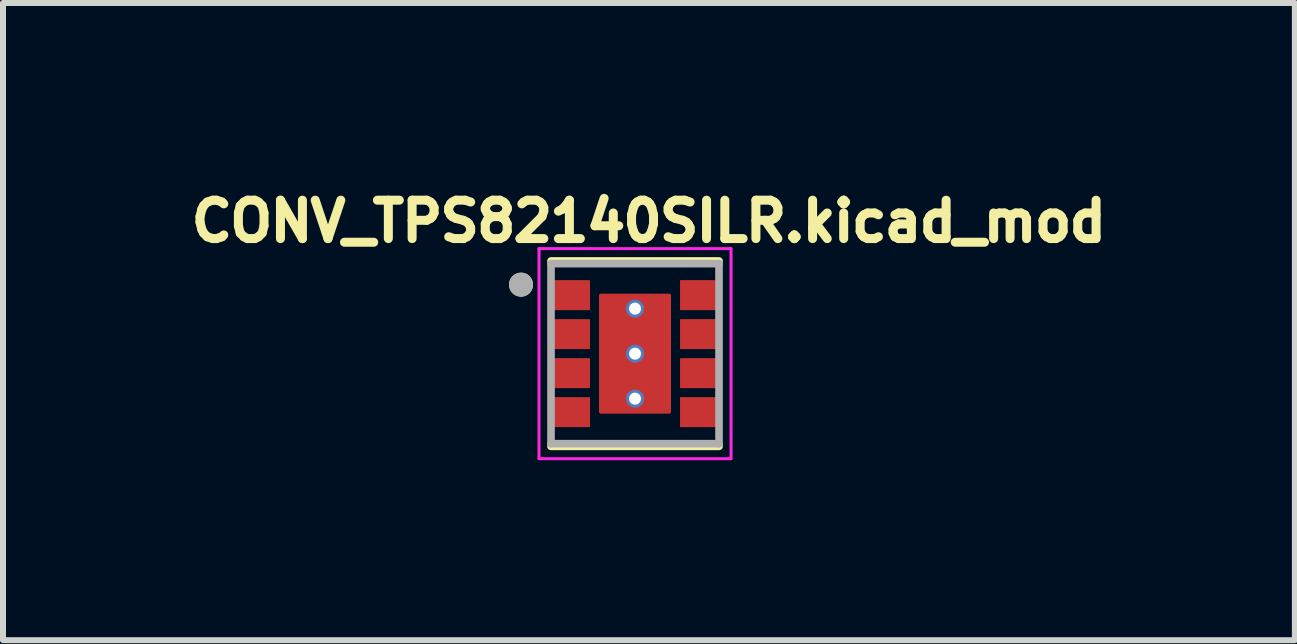
<source format=kicad_pcb>
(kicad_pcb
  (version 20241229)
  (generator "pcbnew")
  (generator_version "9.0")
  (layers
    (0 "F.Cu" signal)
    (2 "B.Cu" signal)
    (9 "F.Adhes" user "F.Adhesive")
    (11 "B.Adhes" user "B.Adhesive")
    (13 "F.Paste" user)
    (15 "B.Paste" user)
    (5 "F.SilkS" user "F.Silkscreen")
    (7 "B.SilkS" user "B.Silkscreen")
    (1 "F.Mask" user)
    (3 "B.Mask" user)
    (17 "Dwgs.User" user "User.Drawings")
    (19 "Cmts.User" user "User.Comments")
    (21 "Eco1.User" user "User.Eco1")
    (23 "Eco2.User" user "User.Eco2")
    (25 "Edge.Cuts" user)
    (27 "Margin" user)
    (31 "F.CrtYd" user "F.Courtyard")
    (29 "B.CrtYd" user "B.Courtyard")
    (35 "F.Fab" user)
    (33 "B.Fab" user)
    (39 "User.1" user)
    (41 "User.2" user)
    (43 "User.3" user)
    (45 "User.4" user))
  (footprint "CONV_TPS82140SILR.kicad_mod"
    (layer "F.Cu")
    (at 7.533 2.844)
    (property "Reference" "CONV_TPS82140SILR.kicad_mod" (at 0.232 -2.206 0) (layer "F.SilkS") (effects (font (size 0.64 0.64) (thickness 0.15))))
    (attr smd)
    (fp_poly (pts (xy -0.55 -0.95) (xy 0.55 -0.95) (xy 0.55 0.95) (xy -0.55 0.95)) (stroke (width 0.01) (type solid)) (fill yes) (layer "F.Mask"))
    (fp_poly (pts (xy -0.85 -0.775) (xy -1.25 -0.775) (xy -1.253 -0.775) (xy -1.255 -0.775) (xy -1.258 -0.776) (xy -1.26 -0.776) (xy -1.263 -0.777) (xy -1.265 -0.777) (xy -1.268 -0.778) (xy -1.27 -0.779) (xy -1.273 -0.78) (xy -1.275 -0.782) (xy -1.277 -0.783) (xy -1.279 -0.785) (xy -1.281 -0.786) (xy -1.283 -0.788) (xy -1.285 -0.79) (xy -1.287 -0.792) (xy -1.289 -0.794) (xy -1.29 -0.796) (xy -1.292 -0.798) (xy -1.293 -0.8) (xy -1.295 -0.802) (xy -1.296 -0.805) (xy -1.297 -0.807) (xy -1.298 -0.81) (xy -1.298 -0.812) (xy -1.299 -0.815) (xy -1.299 -0.817) (xy -1.3 -0.82) (xy -1.3 -0.822) (xy -1.3 -0.825) (xy -1.3 -1.125) (xy -1.3 -1.128) (xy -1.3 -1.13) (xy -1.299 -1.133) (xy -1.299 -1.135) (xy -1.298 -1.138) (xy -1.298 -1.14) (xy -1.297 -1.143) (xy -1.296 -1.145) (xy -1.295 -1.148) (xy -1.293 -1.15) (xy -1.292 -1.152) (xy -1.29 -1.154) (xy -1.289 -1.156) (xy -1.287 -1.158) (xy -1.285 -1.16) (xy -1.283 -1.162) (xy -1.281 -1.164) (xy -1.279 -1.165) (xy -1.277 -1.167) (xy -1.275 -1.168) (xy -1.273 -1.17) (xy -1.27 -1.171) (xy -1.268 -1.172) (xy -1.265 -1.173) (xy -1.263 -1.173) (xy -1.26 -1.174) (xy -1.258 -1.174) (xy -1.255 -1.175) (xy -1.253 -1.175) (xy -1.25 -1.175) (xy -0.85 -1.175) (xy -0.847 -1.175) (xy -0.845 -1.175) (xy -0.842 -1.174) (xy -0.84 -1.174) (xy -0.837 -1.173) (xy -0.835 -1.173) (xy -0.832 -1.172) (xy -0.83 -1.171) (xy -0.827 -1.17) (xy -0.825 -1.168) (xy -0.823 -1.167) (xy -0.821 -1.165) (xy -0.819 -1.164) (xy -0.817 -1.162) (xy -0.815 -1.16) (xy -0.813 -1.158) (xy -0.811 -1.156) (xy -0.81 -1.154) (xy -0.808 -1.152) (xy -0.807 -1.15) (xy -0.805 -1.148) (xy -0.804 -1.145) (xy -0.803 -1.143) (xy -0.802 -1.14) (xy -0.802 -1.138) (xy -0.801 -1.135) (xy -0.801 -1.133) (xy -0.8 -1.13) (xy -0.8 -1.128) (xy -0.8 -1.125) (xy -0.8 -0.825) (xy -0.8 -0.822) (xy -0.8 -0.82) (xy -0.801 -0.817) (xy -0.801 -0.815) (xy -0.802 -0.812) (xy -0.802 -0.81) (xy -0.803 -0.807) (xy -0.804 -0.805) (xy -0.805 -0.802) (xy -0.807 -0.8) (xy -0.808 -0.798) (xy -0.81 -0.796) (xy -0.811 -0.794) (xy -0.813 -0.792) (xy -0.815 -0.79) (xy -0.817 -0.788) (xy -0.819 -0.786) (xy -0.821 -0.785) (xy -0.823 -0.783) (xy -0.825 -0.782) (xy -0.827 -0.78) (xy -0.83 -0.779) (xy -0.832 -0.778) (xy -0.835 -0.777) (xy -0.837 -0.777) (xy -0.84 -0.776) (xy -0.842 -0.776) (xy -0.845 -0.775) (xy -0.847 -0.775) (xy -0.85 -0.775)) (stroke (width 0.01) (type solid)) (fill yes) (layer "F.Mask"))
    (fp_poly (pts (xy -0.85 -0.125) (xy -1.25 -0.125) (xy -1.253 -0.125) (xy -1.255 -0.125) (xy -1.258 -0.126) (xy -1.26 -0.126) (xy -1.263 -0.127) (xy -1.265 -0.127) (xy -1.268 -0.128) (xy -1.27 -0.129) (xy -1.273 -0.13) (xy -1.275 -0.132) (xy -1.277 -0.133) (xy -1.279 -0.135) (xy -1.281 -0.136) (xy -1.283 -0.138) (xy -1.285 -0.14) (xy -1.287 -0.142) (xy -1.289 -0.144) (xy -1.29 -0.146) (xy -1.292 -0.148) (xy -1.293 -0.15) (xy -1.295 -0.152) (xy -1.296 -0.155) (xy -1.297 -0.157) (xy -1.298 -0.16) (xy -1.298 -0.162) (xy -1.299 -0.165) (xy -1.299 -0.167) (xy -1.3 -0.17) (xy -1.3 -0.172) (xy -1.3 -0.175) (xy -1.3 -0.475) (xy -1.3 -0.478) (xy -1.3 -0.48) (xy -1.299 -0.483) (xy -1.299 -0.485) (xy -1.298 -0.488) (xy -1.298 -0.49) (xy -1.297 -0.493) (xy -1.296 -0.495) (xy -1.295 -0.498) (xy -1.293 -0.5) (xy -1.292 -0.502) (xy -1.29 -0.504) (xy -1.289 -0.506) (xy -1.287 -0.508) (xy -1.285 -0.51) (xy -1.283 -0.512) (xy -1.281 -0.514) (xy -1.279 -0.515) (xy -1.277 -0.517) (xy -1.275 -0.518) (xy -1.273 -0.52) (xy -1.27 -0.521) (xy -1.268 -0.522) (xy -1.265 -0.523) (xy -1.263 -0.523) (xy -1.26 -0.524) (xy -1.258 -0.524) (xy -1.255 -0.525) (xy -1.253 -0.525) (xy -1.25 -0.525) (xy -0.85 -0.525) (xy -0.847 -0.525) (xy -0.845 -0.525) (xy -0.842 -0.524) (xy -0.84 -0.524) (xy -0.837 -0.523) (xy -0.835 -0.523) (xy -0.832 -0.522) (xy -0.83 -0.521) (xy -0.827 -0.52) (xy -0.825 -0.518) (xy -0.823 -0.517) (xy -0.821 -0.515) (xy -0.819 -0.514) (xy -0.817 -0.512) (xy -0.815 -0.51) (xy -0.813 -0.508) (xy -0.811 -0.506) (xy -0.81 -0.504) (xy -0.808 -0.502) (xy -0.807 -0.5) (xy -0.805 -0.498) (xy -0.804 -0.495) (xy -0.803 -0.493) (xy -0.802 -0.49) (xy -0.802 -0.488) (xy -0.801 -0.485) (xy -0.801 -0.483) (xy -0.8 -0.48) (xy -0.8 -0.478) (xy -0.8 -0.475) (xy -0.8 -0.175) (xy -0.8 -0.172) (xy -0.8 -0.17) (xy -0.801 -0.167) (xy -0.801 -0.165) (xy -0.802 -0.162) (xy -0.802 -0.16) (xy -0.803 -0.157) (xy -0.804 -0.155) (xy -0.805 -0.152) (xy -0.807 -0.15) (xy -0.808 -0.148) (xy -0.81 -0.146) (xy -0.811 -0.144) (xy -0.813 -0.142) (xy -0.815 -0.14) (xy -0.817 -0.138) (xy -0.819 -0.136) (xy -0.821 -0.135) (xy -0.823 -0.133) (xy -0.825 -0.132) (xy -0.827 -0.13) (xy -0.83 -0.129) (xy -0.832 -0.128) (xy -0.835 -0.127) (xy -0.837 -0.127) (xy -0.84 -0.126) (xy -0.842 -0.126) (xy -0.845 -0.125) (xy -0.847 -0.125) (xy -0.85 -0.125)) (stroke (width 0.01) (type solid)) (fill yes) (layer "F.Mask"))
    (fp_poly (pts (xy -0.85 0.525) (xy -1.25 0.525) (xy -1.253 0.525) (xy -1.255 0.525) (xy -1.258 0.524) (xy -1.26 0.524) (xy -1.263 0.523) (xy -1.265 0.523) (xy -1.268 0.522) (xy -1.27 0.521) (xy -1.273 0.52) (xy -1.275 0.518) (xy -1.277 0.517) (xy -1.279 0.515) (xy -1.281 0.514) (xy -1.283 0.512) (xy -1.285 0.51) (xy -1.287 0.508) (xy -1.289 0.506) (xy -1.29 0.504) (xy -1.292 0.502) (xy -1.293 0.5) (xy -1.295 0.498) (xy -1.296 0.495) (xy -1.297 0.493) (xy -1.298 0.49) (xy -1.298 0.488) (xy -1.299 0.485) (xy -1.299 0.483) (xy -1.3 0.48) (xy -1.3 0.478) (xy -1.3 0.475) (xy -1.3 0.175) (xy -1.3 0.172) (xy -1.3 0.17) (xy -1.299 0.167) (xy -1.299 0.165) (xy -1.298 0.162) (xy -1.298 0.16) (xy -1.297 0.157) (xy -1.296 0.155) (xy -1.295 0.152) (xy -1.293 0.15) (xy -1.292 0.148) (xy -1.29 0.146) (xy -1.289 0.144) (xy -1.287 0.142) (xy -1.285 0.14) (xy -1.283 0.138) (xy -1.281 0.136) (xy -1.279 0.135) (xy -1.277 0.133) (xy -1.275 0.132) (xy -1.273 0.13) (xy -1.27 0.129) (xy -1.268 0.128) (xy -1.265 0.127) (xy -1.263 0.127) (xy -1.26 0.126) (xy -1.258 0.126) (xy -1.255 0.125) (xy -1.253 0.125) (xy -1.25 0.125) (xy -0.85 0.125) (xy -0.847 0.125) (xy -0.845 0.125) (xy -0.842 0.126) (xy -0.84 0.126) (xy -0.837 0.127) (xy -0.835 0.127) (xy -0.832 0.128) (xy -0.83 0.129) (xy -0.827 0.13) (xy -0.825 0.132) (xy -0.823 0.133) (xy -0.821 0.135) (xy -0.819 0.136) (xy -0.817 0.138) (xy -0.815 0.14) (xy -0.813 0.142) (xy -0.811 0.144) (xy -0.81 0.146) (xy -0.808 0.148) (xy -0.807 0.15) (xy -0.805 0.152) (xy -0.804 0.155) (xy -0.803 0.157) (xy -0.802 0.16) (xy -0.802 0.162) (xy -0.801 0.165) (xy -0.801 0.167) (xy -0.8 0.17) (xy -0.8 0.172) (xy -0.8 0.175) (xy -0.8 0.475) (xy -0.8 0.478) (xy -0.8 0.48) (xy -0.801 0.483) (xy -0.801 0.485) (xy -0.802 0.488) (xy -0.802 0.49) (xy -0.803 0.493) (xy -0.804 0.495) (xy -0.805 0.498) (xy -0.807 0.5) (xy -0.808 0.502) (xy -0.81 0.504) (xy -0.811 0.506) (xy -0.813 0.508) (xy -0.815 0.51) (xy -0.817 0.512) (xy -0.819 0.514) (xy -0.821 0.515) (xy -0.823 0.517) (xy -0.825 0.518) (xy -0.827 0.52) (xy -0.83 0.521) (xy -0.832 0.522) (xy -0.835 0.523) (xy -0.837 0.523) (xy -0.84 0.524) (xy -0.842 0.524) (xy -0.845 0.525) (xy -0.847 0.525) (xy -0.85 0.525)) (stroke (width 0.01) (type solid)) (fill yes) (layer "F.Mask"))
    (fp_poly (pts (xy -0.85 1.175) (xy -1.25 1.175) (xy -1.253 1.175) (xy -1.255 1.175) (xy -1.258 1.174) (xy -1.26 1.174) (xy -1.263 1.173) (xy -1.265 1.173) (xy -1.268 1.172) (xy -1.27 1.171) (xy -1.273 1.17) (xy -1.275 1.168) (xy -1.277 1.167) (xy -1.279 1.165) (xy -1.281 1.164) (xy -1.283 1.162) (xy -1.285 1.16) (xy -1.287 1.158) (xy -1.289 1.156) (xy -1.29 1.154) (xy -1.292 1.152) (xy -1.293 1.15) (xy -1.295 1.148) (xy -1.296 1.145) (xy -1.297 1.143) (xy -1.298 1.14) (xy -1.298 1.138) (xy -1.299 1.135) (xy -1.299 1.133) (xy -1.3 1.13) (xy -1.3 1.128) (xy -1.3 1.125) (xy -1.3 0.825) (xy -1.3 0.822) (xy -1.3 0.82) (xy -1.299 0.817) (xy -1.299 0.815) (xy -1.298 0.812) (xy -1.298 0.81) (xy -1.297 0.807) (xy -1.296 0.805) (xy -1.295 0.802) (xy -1.293 0.8) (xy -1.292 0.798) (xy -1.29 0.796) (xy -1.289 0.794) (xy -1.287 0.792) (xy -1.285 0.79) (xy -1.283 0.788) (xy -1.281 0.786) (xy -1.279 0.785) (xy -1.277 0.783) (xy -1.275 0.782) (xy -1.273 0.78) (xy -1.27 0.779) (xy -1.268 0.778) (xy -1.265 0.777) (xy -1.263 0.777) (xy -1.26 0.776) (xy -1.258 0.776) (xy -1.255 0.775) (xy -1.253 0.775) (xy -1.25 0.775) (xy -0.85 0.775) (xy -0.847 0.775) (xy -0.845 0.775) (xy -0.842 0.776) (xy -0.84 0.776) (xy -0.837 0.777) (xy -0.835 0.777) (xy -0.832 0.778) (xy -0.83 0.779) (xy -0.827 0.78) (xy -0.825 0.782) (xy -0.823 0.783) (xy -0.821 0.785) (xy -0.819 0.786) (xy -0.817 0.788) (xy -0.815 0.79) (xy -0.813 0.792) (xy -0.811 0.794) (xy -0.81 0.796) (xy -0.808 0.798) (xy -0.807 0.8) (xy -0.805 0.802) (xy -0.804 0.805) (xy -0.803 0.807) (xy -0.802 0.81) (xy -0.802 0.812) (xy -0.801 0.815) (xy -0.801 0.817) (xy -0.8 0.82) (xy -0.8 0.822) (xy -0.8 0.825) (xy -0.8 1.125) (xy -0.8 1.128) (xy -0.8 1.13) (xy -0.801 1.133) (xy -0.801 1.135) (xy -0.802 1.138) (xy -0.802 1.14) (xy -0.803 1.143) (xy -0.804 1.145) (xy -0.805 1.148) (xy -0.807 1.15) (xy -0.808 1.152) (xy -0.81 1.154) (xy -0.811 1.156) (xy -0.813 1.158) (xy -0.815 1.16) (xy -0.817 1.162) (xy -0.819 1.164) (xy -0.821 1.165) (xy -0.823 1.167) (xy -0.825 1.168) (xy -0.827 1.17) (xy -0.83 1.171) (xy -0.832 1.172) (xy -0.835 1.173) (xy -0.837 1.173) (xy -0.84 1.174) (xy -0.842 1.174) (xy -0.845 1.175) (xy -0.847 1.175) (xy -0.85 1.175)) (stroke (width 0.01) (type solid)) (fill yes) (layer "F.Mask"))
    (fp_poly (pts (xy 1.25 -0.775) (xy 0.85 -0.775) (xy 0.847 -0.775) (xy 0.845 -0.775) (xy 0.842 -0.776) (xy 0.84 -0.776) (xy 0.837 -0.777) (xy 0.835 -0.777) (xy 0.832 -0.778) (xy 0.83 -0.779) (xy 0.827 -0.78) (xy 0.825 -0.782) (xy 0.823 -0.783) (xy 0.821 -0.785) (xy 0.819 -0.786) (xy 0.817 -0.788) (xy 0.815 -0.79) (xy 0.813 -0.792) (xy 0.811 -0.794) (xy 0.81 -0.796) (xy 0.808 -0.798) (xy 0.807 -0.8) (xy 0.805 -0.802) (xy 0.804 -0.805) (xy 0.803 -0.807) (xy 0.802 -0.81) (xy 0.802 -0.812) (xy 0.801 -0.815) (xy 0.801 -0.817) (xy 0.8 -0.82) (xy 0.8 -0.822) (xy 0.8 -0.825) (xy 0.8 -1.125) (xy 0.8 -1.128) (xy 0.8 -1.13) (xy 0.801 -1.133) (xy 0.801 -1.135) (xy 0.802 -1.138) (xy 0.802 -1.14) (xy 0.803 -1.143) (xy 0.804 -1.145) (xy 0.805 -1.148) (xy 0.807 -1.15) (xy 0.808 -1.152) (xy 0.81 -1.154) (xy 0.811 -1.156) (xy 0.813 -1.158) (xy 0.815 -1.16) (xy 0.817 -1.162) (xy 0.819 -1.164) (xy 0.821 -1.165) (xy 0.823 -1.167) (xy 0.825 -1.168) (xy 0.827 -1.17) (xy 0.83 -1.171) (xy 0.832 -1.172) (xy 0.835 -1.173) (xy 0.837 -1.173) (xy 0.84 -1.174) (xy 0.842 -1.174) (xy 0.845 -1.175) (xy 0.847 -1.175) (xy 0.85 -1.175) (xy 1.25 -1.175) (xy 1.253 -1.175) (xy 1.255 -1.175) (xy 1.258 -1.174) (xy 1.26 -1.174) (xy 1.263 -1.173) (xy 1.265 -1.173) (xy 1.268 -1.172) (xy 1.27 -1.171) (xy 1.273 -1.17) (xy 1.275 -1.168) (xy 1.277 -1.167) (xy 1.279 -1.165) (xy 1.281 -1.164) (xy 1.283 -1.162) (xy 1.285 -1.16) (xy 1.287 -1.158) (xy 1.289 -1.156) (xy 1.29 -1.154) (xy 1.292 -1.152) (xy 1.293 -1.15) (xy 1.295 -1.148) (xy 1.296 -1.145) (xy 1.297 -1.143) (xy 1.298 -1.14) (xy 1.298 -1.138) (xy 1.299 -1.135) (xy 1.299 -1.133) (xy 1.3 -1.13) (xy 1.3 -1.128) (xy 1.3 -1.125) (xy 1.3 -0.825) (xy 1.3 -0.822) (xy 1.3 -0.82) (xy 1.299 -0.817) (xy 1.299 -0.815) (xy 1.298 -0.812) (xy 1.298 -0.81) (xy 1.297 -0.807) (xy 1.296 -0.805) (xy 1.295 -0.802) (xy 1.293 -0.8) (xy 1.292 -0.798) (xy 1.29 -0.796) (xy 1.289 -0.794) (xy 1.287 -0.792) (xy 1.285 -0.79) (xy 1.283 -0.788) (xy 1.281 -0.786) (xy 1.279 -0.785) (xy 1.277 -0.783) (xy 1.275 -0.782) (xy 1.273 -0.78) (xy 1.27 -0.779) (xy 1.268 -0.778) (xy 1.265 -0.777) (xy 1.263 -0.777) (xy 1.26 -0.776) (xy 1.258 -0.776) (xy 1.255 -0.775) (xy 1.253 -0.775) (xy 1.25 -0.775)) (stroke (width 0.01) (type solid)) (fill yes) (layer "F.Mask"))
    (fp_poly (pts (xy 1.25 -0.125) (xy 0.85 -0.125) (xy 0.847 -0.125) (xy 0.845 -0.125) (xy 0.842 -0.126) (xy 0.84 -0.126) (xy 0.837 -0.127) (xy 0.835 -0.127) (xy 0.832 -0.128) (xy 0.83 -0.129) (xy 0.827 -0.13) (xy 0.825 -0.132) (xy 0.823 -0.133) (xy 0.821 -0.135) (xy 0.819 -0.136) (xy 0.817 -0.138) (xy 0.815 -0.14) (xy 0.813 -0.142) (xy 0.811 -0.144) (xy 0.81 -0.146) (xy 0.808 -0.148) (xy 0.807 -0.15) (xy 0.805 -0.152) (xy 0.804 -0.155) (xy 0.803 -0.157) (xy 0.802 -0.16) (xy 0.802 -0.162) (xy 0.801 -0.165) (xy 0.801 -0.167) (xy 0.8 -0.17) (xy 0.8 -0.172) (xy 0.8 -0.175) (xy 0.8 -0.475) (xy 0.8 -0.478) (xy 0.8 -0.48) (xy 0.801 -0.483) (xy 0.801 -0.485) (xy 0.802 -0.488) (xy 0.802 -0.49) (xy 0.803 -0.493) (xy 0.804 -0.495) (xy 0.805 -0.498) (xy 0.807 -0.5) (xy 0.808 -0.502) (xy 0.81 -0.504) (xy 0.811 -0.506) (xy 0.813 -0.508) (xy 0.815 -0.51) (xy 0.817 -0.512) (xy 0.819 -0.514) (xy 0.821 -0.515) (xy 0.823 -0.517) (xy 0.825 -0.518) (xy 0.827 -0.52) (xy 0.83 -0.521) (xy 0.832 -0.522) (xy 0.835 -0.523) (xy 0.837 -0.523) (xy 0.84 -0.524) (xy 0.842 -0.524) (xy 0.845 -0.525) (xy 0.847 -0.525) (xy 0.85 -0.525) (xy 1.25 -0.525) (xy 1.253 -0.525) (xy 1.255 -0.525) (xy 1.258 -0.524) (xy 1.26 -0.524) (xy 1.263 -0.523) (xy 1.265 -0.523) (xy 1.268 -0.522) (xy 1.27 -0.521) (xy 1.273 -0.52) (xy 1.275 -0.518) (xy 1.277 -0.517) (xy 1.279 -0.515) (xy 1.281 -0.514) (xy 1.283 -0.512) (xy 1.285 -0.51) (xy 1.287 -0.508) (xy 1.289 -0.506) (xy 1.29 -0.504) (xy 1.292 -0.502) (xy 1.293 -0.5) (xy 1.295 -0.498) (xy 1.296 -0.495) (xy 1.297 -0.493) (xy 1.298 -0.49) (xy 1.298 -0.488) (xy 1.299 -0.485) (xy 1.299 -0.483) (xy 1.3 -0.48) (xy 1.3 -0.478) (xy 1.3 -0.475) (xy 1.3 -0.175) (xy 1.3 -0.172) (xy 1.3 -0.17) (xy 1.299 -0.167) (xy 1.299 -0.165) (xy 1.298 -0.162) (xy 1.298 -0.16) (xy 1.297 -0.157) (xy 1.296 -0.155) (xy 1.295 -0.152) (xy 1.293 -0.15) (xy 1.292 -0.148) (xy 1.29 -0.146) (xy 1.289 -0.144) (xy 1.287 -0.142) (xy 1.285 -0.14) (xy 1.283 -0.138) (xy 1.281 -0.136) (xy 1.279 -0.135) (xy 1.277 -0.133) (xy 1.275 -0.132) (xy 1.273 -0.13) (xy 1.27 -0.129) (xy 1.268 -0.128) (xy 1.265 -0.127) (xy 1.263 -0.127) (xy 1.26 -0.126) (xy 1.258 -0.126) (xy 1.255 -0.125) (xy 1.253 -0.125) (xy 1.25 -0.125)) (stroke (width 0.01) (type solid)) (fill yes) (layer "F.Mask"))
    (fp_poly (pts (xy 1.25 0.525) (xy 0.85 0.525) (xy 0.847 0.525) (xy 0.845 0.525) (xy 0.842 0.524) (xy 0.84 0.524) (xy 0.837 0.523) (xy 0.835 0.523) (xy 0.832 0.522) (xy 0.83 0.521) (xy 0.827 0.52) (xy 0.825 0.518) (xy 0.823 0.517) (xy 0.821 0.515) (xy 0.819 0.514) (xy 0.817 0.512) (xy 0.815 0.51) (xy 0.813 0.508) (xy 0.811 0.506) (xy 0.81 0.504) (xy 0.808 0.502) (xy 0.807 0.5) (xy 0.805 0.498) (xy 0.804 0.495) (xy 0.803 0.493) (xy 0.802 0.49) (xy 0.802 0.488) (xy 0.801 0.485) (xy 0.801 0.483) (xy 0.8 0.48) (xy 0.8 0.478) (xy 0.8 0.475) (xy 0.8 0.175) (xy 0.8 0.172) (xy 0.8 0.17) (xy 0.801 0.167) (xy 0.801 0.165) (xy 0.802 0.162) (xy 0.802 0.16) (xy 0.803 0.157) (xy 0.804 0.155) (xy 0.805 0.152) (xy 0.807 0.15) (xy 0.808 0.148) (xy 0.81 0.146) (xy 0.811 0.144) (xy 0.813 0.142) (xy 0.815 0.14) (xy 0.817 0.138) (xy 0.819 0.136) (xy 0.821 0.135) (xy 0.823 0.133) (xy 0.825 0.132) (xy 0.827 0.13) (xy 0.83 0.129) (xy 0.832 0.128) (xy 0.835 0.127) (xy 0.837 0.127) (xy 0.84 0.126) (xy 0.842 0.126) (xy 0.845 0.125) (xy 0.847 0.125) (xy 0.85 0.125) (xy 1.25 0.125) (xy 1.253 0.125) (xy 1.255 0.125) (xy 1.258 0.126) (xy 1.26 0.126) (xy 1.263 0.127) (xy 1.265 0.127) (xy 1.268 0.128) (xy 1.27 0.129) (xy 1.273 0.13) (xy 1.275 0.132) (xy 1.277 0.133) (xy 1.279 0.135) (xy 1.281 0.136) (xy 1.283 0.138) (xy 1.285 0.14) (xy 1.287 0.142) (xy 1.289 0.144) (xy 1.29 0.146) (xy 1.292 0.148) (xy 1.293 0.15) (xy 1.295 0.152) (xy 1.296 0.155) (xy 1.297 0.157) (xy 1.298 0.16) (xy 1.298 0.162) (xy 1.299 0.165) (xy 1.299 0.167) (xy 1.3 0.17) (xy 1.3 0.172) (xy 1.3 0.175) (xy 1.3 0.475) (xy 1.3 0.478) (xy 1.3 0.48) (xy 1.299 0.483) (xy 1.299 0.485) (xy 1.298 0.488) (xy 1.298 0.49) (xy 1.297 0.493) (xy 1.296 0.495) (xy 1.295 0.498) (xy 1.293 0.5) (xy 1.292 0.502) (xy 1.29 0.504) (xy 1.289 0.506) (xy 1.287 0.508) (xy 1.285 0.51) (xy 1.283 0.512) (xy 1.281 0.514) (xy 1.279 0.515) (xy 1.277 0.517) (xy 1.275 0.518) (xy 1.273 0.52) (xy 1.27 0.521) (xy 1.268 0.522) (xy 1.265 0.523) (xy 1.263 0.523) (xy 1.26 0.524) (xy 1.258 0.524) (xy 1.255 0.525) (xy 1.253 0.525) (xy 1.25 0.525)) (stroke (width 0.01) (type solid)) (fill yes) (layer "F.Mask"))
    (fp_poly (pts (xy 1.25 1.175) (xy 0.85 1.175) (xy 0.847 1.175) (xy 0.845 1.175) (xy 0.842 1.174) (xy 0.84 1.174) (xy 0.837 1.173) (xy 0.835 1.173) (xy 0.832 1.172) (xy 0.83 1.171) (xy 0.827 1.17) (xy 0.825 1.168) (xy 0.823 1.167) (xy 0.821 1.165) (xy 0.819 1.164) (xy 0.817 1.162) (xy 0.815 1.16) (xy 0.813 1.158) (xy 0.811 1.156) (xy 0.81 1.154) (xy 0.808 1.152) (xy 0.807 1.15) (xy 0.805 1.148) (xy 0.804 1.145) (xy 0.803 1.143) (xy 0.802 1.14) (xy 0.802 1.138) (xy 0.801 1.135) (xy 0.801 1.133) (xy 0.8 1.13) (xy 0.8 1.128) (xy 0.8 1.125) (xy 0.8 0.825) (xy 0.8 0.822) (xy 0.8 0.82) (xy 0.801 0.817) (xy 0.801 0.815) (xy 0.802 0.812) (xy 0.802 0.81) (xy 0.803 0.807) (xy 0.804 0.805) (xy 0.805 0.802) (xy 0.807 0.8) (xy 0.808 0.798) (xy 0.81 0.796) (xy 0.811 0.794) (xy 0.813 0.792) (xy 0.815 0.79) (xy 0.817 0.788) (xy 0.819 0.786) (xy 0.821 0.785) (xy 0.823 0.783) (xy 0.825 0.782) (xy 0.827 0.78) (xy 0.83 0.779) (xy 0.832 0.778) (xy 0.835 0.777) (xy 0.837 0.777) (xy 0.84 0.776) (xy 0.842 0.776) (xy 0.845 0.775) (xy 0.847 0.775) (xy 0.85 0.775) (xy 1.25 0.775) (xy 1.253 0.775) (xy 1.255 0.775) (xy 1.258 0.776) (xy 1.26 0.776) (xy 1.263 0.777) (xy 1.265 0.777) (xy 1.268 0.778) (xy 1.27 0.779) (xy 1.273 0.78) (xy 1.275 0.782) (xy 1.277 0.783) (xy 1.279 0.785) (xy 1.281 0.786) (xy 1.283 0.788) (xy 1.285 0.79) (xy 1.287 0.792) (xy 1.289 0.794) (xy 1.29 0.796) (xy 1.292 0.798) (xy 1.293 0.8) (xy 1.295 0.802) (xy 1.296 0.805) (xy 1.297 0.807) (xy 1.298 0.81) (xy 1.298 0.812) (xy 1.299 0.815) (xy 1.299 0.817) (xy 1.3 0.82) (xy 1.3 0.822) (xy 1.3 0.825) (xy 1.3 1.125) (xy 1.3 1.128) (xy 1.3 1.13) (xy 1.299 1.133) (xy 1.299 1.135) (xy 1.298 1.138) (xy 1.298 1.14) (xy 1.297 1.143) (xy 1.296 1.145) (xy 1.295 1.148) (xy 1.293 1.15) (xy 1.292 1.152) (xy 1.29 1.154) (xy 1.289 1.156) (xy 1.287 1.158) (xy 1.285 1.16) (xy 1.283 1.162) (xy 1.281 1.164) (xy 1.279 1.165) (xy 1.277 1.167) (xy 1.275 1.168) (xy 1.273 1.17) (xy 1.27 1.171) (xy 1.268 1.172) (xy 1.265 1.173) (xy 1.263 1.173) (xy 1.26 1.174) (xy 1.258 1.174) (xy 1.255 1.175) (xy 1.253 1.175) (xy 1.25 1.175)) (stroke (width 0.01) (type solid)) (fill yes) (layer "F.Mask"))
    (fp_line (start -1.4 1.545) (end 1.4 1.545) (stroke (width 0.127) (type solid)) (layer "F.SilkS"))
    (fp_line (start 1.4 -1.545) (end -1.4 -1.545) (stroke (width 0.127) (type solid)) (layer "F.SilkS"))
    (fp_circle (center -1.9 -1.15) (end -1.8 -1.15) (stroke (width 0.2) (type solid)) (fill no) (layer "F.SilkS"))
    (fp_poly (pts (xy -0.52 -0.95) (xy 0.52 -0.95) (xy 0.52 -0.1) (xy -0.52 -0.1)) (stroke (width 0.01) (type solid)) (fill yes) (layer "F.Paste"))
    (fp_poly (pts (xy -0.52 0.1) (xy 0.52 0.1) (xy 0.52 0.95) (xy -0.52 0.95)) (stroke (width 0.01) (type solid)) (fill yes) (layer "F.Paste"))
    (fp_poly (pts (xy -0.85 -0.775) (xy -1.25 -0.775) (xy -1.253 -0.775) (xy -1.255 -0.775) (xy -1.258 -0.776) (xy -1.26 -0.776) (xy -1.263 -0.777) (xy -1.265 -0.777) (xy -1.268 -0.778) (xy -1.27 -0.779) (xy -1.273 -0.78) (xy -1.275 -0.782) (xy -1.277 -0.783) (xy -1.279 -0.785) (xy -1.281 -0.786) (xy -1.283 -0.788) (xy -1.285 -0.79) (xy -1.287 -0.792) (xy -1.289 -0.794) (xy -1.29 -0.796) (xy -1.292 -0.798) (xy -1.293 -0.8) (xy -1.295 -0.802) (xy -1.296 -0.805) (xy -1.297 -0.807) (xy -1.298 -0.81) (xy -1.298 -0.812) (xy -1.299 -0.815) (xy -1.299 -0.817) (xy -1.3 -0.82) (xy -1.3 -0.822) (xy -1.3 -0.825) (xy -1.3 -1.125) (xy -1.3 -1.128) (xy -1.3 -1.13) (xy -1.299 -1.133) (xy -1.299 -1.135) (xy -1.298 -1.138) (xy -1.298 -1.14) (xy -1.297 -1.143) (xy -1.296 -1.145) (xy -1.295 -1.148) (xy -1.293 -1.15) (xy -1.292 -1.152) (xy -1.29 -1.154) (xy -1.289 -1.156) (xy -1.287 -1.158) (xy -1.285 -1.16) (xy -1.283 -1.162) (xy -1.281 -1.164) (xy -1.279 -1.165) (xy -1.277 -1.167) (xy -1.275 -1.168) (xy -1.273 -1.17) (xy -1.27 -1.171) (xy -1.268 -1.172) (xy -1.265 -1.173) (xy -1.263 -1.173) (xy -1.26 -1.174) (xy -1.258 -1.174) (xy -1.255 -1.175) (xy -1.253 -1.175) (xy -1.25 -1.175) (xy -0.85 -1.175) (xy -0.847 -1.175) (xy -0.845 -1.175) (xy -0.842 -1.174) (xy -0.84 -1.174) (xy -0.837 -1.173) (xy -0.835 -1.173) (xy -0.832 -1.172) (xy -0.83 -1.171) (xy -0.827 -1.17) (xy -0.825 -1.168) (xy -0.823 -1.167) (xy -0.821 -1.165) (xy -0.819 -1.164) (xy -0.817 -1.162) (xy -0.815 -1.16) (xy -0.813 -1.158) (xy -0.811 -1.156) (xy -0.81 -1.154) (xy -0.808 -1.152) (xy -0.807 -1.15) (xy -0.805 -1.148) (xy -0.804 -1.145) (xy -0.803 -1.143) (xy -0.802 -1.14) (xy -0.802 -1.138) (xy -0.801 -1.135) (xy -0.801 -1.133) (xy -0.8 -1.13) (xy -0.8 -1.128) (xy -0.8 -1.125) (xy -0.8 -0.825) (xy -0.8 -0.822) (xy -0.8 -0.82) (xy -0.801 -0.817) (xy -0.801 -0.815) (xy -0.802 -0.812) (xy -0.802 -0.81) (xy -0.803 -0.807) (xy -0.804 -0.805) (xy -0.805 -0.802) (xy -0.807 -0.8) (xy -0.808 -0.798) (xy -0.81 -0.796) (xy -0.811 -0.794) (xy -0.813 -0.792) (xy -0.815 -0.79) (xy -0.817 -0.788) (xy -0.819 -0.786) (xy -0.821 -0.785) (xy -0.823 -0.783) (xy -0.825 -0.782) (xy -0.827 -0.78) (xy -0.83 -0.779) (xy -0.832 -0.778) (xy -0.835 -0.777) (xy -0.837 -0.777) (xy -0.84 -0.776) (xy -0.842 -0.776) (xy -0.845 -0.775) (xy -0.847 -0.775) (xy -0.85 -0.775)) (stroke (width 0.01) (type solid)) (fill yes) (layer "F.Paste"))
    (fp_poly (pts (xy -0.85 -0.125) (xy -1.25 -0.125) (xy -1.253 -0.125) (xy -1.255 -0.125) (xy -1.258 -0.126) (xy -1.26 -0.126) (xy -1.263 -0.127) (xy -1.265 -0.127) (xy -1.268 -0.128) (xy -1.27 -0.129) (xy -1.273 -0.13) (xy -1.275 -0.132) (xy -1.277 -0.133) (xy -1.279 -0.135) (xy -1.281 -0.136) (xy -1.283 -0.138) (xy -1.285 -0.14) (xy -1.287 -0.142) (xy -1.289 -0.144) (xy -1.29 -0.146) (xy -1.292 -0.148) (xy -1.293 -0.15) (xy -1.295 -0.152) (xy -1.296 -0.155) (xy -1.297 -0.157) (xy -1.298 -0.16) (xy -1.298 -0.162) (xy -1.299 -0.165) (xy -1.299 -0.167) (xy -1.3 -0.17) (xy -1.3 -0.172) (xy -1.3 -0.175) (xy -1.3 -0.475) (xy -1.3 -0.478) (xy -1.3 -0.48) (xy -1.299 -0.483) (xy -1.299 -0.485) (xy -1.298 -0.488) (xy -1.298 -0.49) (xy -1.297 -0.493) (xy -1.296 -0.495) (xy -1.295 -0.498) (xy -1.293 -0.5) (xy -1.292 -0.502) (xy -1.29 -0.504) (xy -1.289 -0.506) (xy -1.287 -0.508) (xy -1.285 -0.51) (xy -1.283 -0.512) (xy -1.281 -0.514) (xy -1.279 -0.515) (xy -1.277 -0.517) (xy -1.275 -0.518) (xy -1.273 -0.52) (xy -1.27 -0.521) (xy -1.268 -0.522) (xy -1.265 -0.523) (xy -1.263 -0.523) (xy -1.26 -0.524) (xy -1.258 -0.524) (xy -1.255 -0.525) (xy -1.253 -0.525) (xy -1.25 -0.525) (xy -0.85 -0.525) (xy -0.847 -0.525) (xy -0.845 -0.525) (xy -0.842 -0.524) (xy -0.84 -0.524) (xy -0.837 -0.523) (xy -0.835 -0.523) (xy -0.832 -0.522) (xy -0.83 -0.521) (xy -0.827 -0.52) (xy -0.825 -0.518) (xy -0.823 -0.517) (xy -0.821 -0.515) (xy -0.819 -0.514) (xy -0.817 -0.512) (xy -0.815 -0.51) (xy -0.813 -0.508) (xy -0.811 -0.506) (xy -0.81 -0.504) (xy -0.808 -0.502) (xy -0.807 -0.5) (xy -0.805 -0.498) (xy -0.804 -0.495) (xy -0.803 -0.493) (xy -0.802 -0.49) (xy -0.802 -0.488) (xy -0.801 -0.485) (xy -0.801 -0.483) (xy -0.8 -0.48) (xy -0.8 -0.478) (xy -0.8 -0.475) (xy -0.8 -0.175) (xy -0.8 -0.172) (xy -0.8 -0.17) (xy -0.801 -0.167) (xy -0.801 -0.165) (xy -0.802 -0.162) (xy -0.802 -0.16) (xy -0.803 -0.157) (xy -0.804 -0.155) (xy -0.805 -0.152) (xy -0.807 -0.15) (xy -0.808 -0.148) (xy -0.81 -0.146) (xy -0.811 -0.144) (xy -0.813 -0.142) (xy -0.815 -0.14) (xy -0.817 -0.138) (xy -0.819 -0.136) (xy -0.821 -0.135) (xy -0.823 -0.133) (xy -0.825 -0.132) (xy -0.827 -0.13) (xy -0.83 -0.129) (xy -0.832 -0.128) (xy -0.835 -0.127) (xy -0.837 -0.127) (xy -0.84 -0.126) (xy -0.842 -0.126) (xy -0.845 -0.125) (xy -0.847 -0.125) (xy -0.85 -0.125)) (stroke (width 0.01) (type solid)) (fill yes) (layer "F.Paste"))
    (fp_poly (pts (xy -0.85 0.525) (xy -1.25 0.525) (xy -1.253 0.525) (xy -1.255 0.525) (xy -1.258 0.524) (xy -1.26 0.524) (xy -1.263 0.523) (xy -1.265 0.523) (xy -1.268 0.522) (xy -1.27 0.521) (xy -1.273 0.52) (xy -1.275 0.518) (xy -1.277 0.517) (xy -1.279 0.515) (xy -1.281 0.514) (xy -1.283 0.512) (xy -1.285 0.51) (xy -1.287 0.508) (xy -1.289 0.506) (xy -1.29 0.504) (xy -1.292 0.502) (xy -1.293 0.5) (xy -1.295 0.498) (xy -1.296 0.495) (xy -1.297 0.493) (xy -1.298 0.49) (xy -1.298 0.488) (xy -1.299 0.485) (xy -1.299 0.483) (xy -1.3 0.48) (xy -1.3 0.478) (xy -1.3 0.475) (xy -1.3 0.175) (xy -1.3 0.172) (xy -1.3 0.17) (xy -1.299 0.167) (xy -1.299 0.165) (xy -1.298 0.162) (xy -1.298 0.16) (xy -1.297 0.157) (xy -1.296 0.155) (xy -1.295 0.152) (xy -1.293 0.15) (xy -1.292 0.148) (xy -1.29 0.146) (xy -1.289 0.144) (xy -1.287 0.142) (xy -1.285 0.14) (xy -1.283 0.138) (xy -1.281 0.136) (xy -1.279 0.135) (xy -1.277 0.133) (xy -1.275 0.132) (xy -1.273 0.13) (xy -1.27 0.129) (xy -1.268 0.128) (xy -1.265 0.127) (xy -1.263 0.127) (xy -1.26 0.126) (xy -1.258 0.126) (xy -1.255 0.125) (xy -1.253 0.125) (xy -1.25 0.125) (xy -0.85 0.125) (xy -0.847 0.125) (xy -0.845 0.125) (xy -0.842 0.126) (xy -0.84 0.126) (xy -0.837 0.127) (xy -0.835 0.127) (xy -0.832 0.128) (xy -0.83 0.129) (xy -0.827 0.13) (xy -0.825 0.132) (xy -0.823 0.133) (xy -0.821 0.135) (xy -0.819 0.136) (xy -0.817 0.138) (xy -0.815 0.14) (xy -0.813 0.142) (xy -0.811 0.144) (xy -0.81 0.146) (xy -0.808 0.148) (xy -0.807 0.15) (xy -0.805 0.152) (xy -0.804 0.155) (xy -0.803 0.157) (xy -0.802 0.16) (xy -0.802 0.162) (xy -0.801 0.165) (xy -0.801 0.167) (xy -0.8 0.17) (xy -0.8 0.172) (xy -0.8 0.175) (xy -0.8 0.475) (xy -0.8 0.478) (xy -0.8 0.48) (xy -0.801 0.483) (xy -0.801 0.485) (xy -0.802 0.488) (xy -0.802 0.49) (xy -0.803 0.493) (xy -0.804 0.495) (xy -0.805 0.498) (xy -0.807 0.5) (xy -0.808 0.502) (xy -0.81 0.504) (xy -0.811 0.506) (xy -0.813 0.508) (xy -0.815 0.51) (xy -0.817 0.512) (xy -0.819 0.514) (xy -0.821 0.515) (xy -0.823 0.517) (xy -0.825 0.518) (xy -0.827 0.52) (xy -0.83 0.521) (xy -0.832 0.522) (xy -0.835 0.523) (xy -0.837 0.523) (xy -0.84 0.524) (xy -0.842 0.524) (xy -0.845 0.525) (xy -0.847 0.525) (xy -0.85 0.525)) (stroke (width 0.01) (type solid)) (fill yes) (layer "F.Paste"))
    (fp_poly (pts (xy -0.85 1.175) (xy -1.25 1.175) (xy -1.253 1.175) (xy -1.255 1.175) (xy -1.258 1.174) (xy -1.26 1.174) (xy -1.263 1.173) (xy -1.265 1.173) (xy -1.268 1.172) (xy -1.27 1.171) (xy -1.273 1.17) (xy -1.275 1.168) (xy -1.277 1.167) (xy -1.279 1.165) (xy -1.281 1.164) (xy -1.283 1.162) (xy -1.285 1.16) (xy -1.287 1.158) (xy -1.289 1.156) (xy -1.29 1.154) (xy -1.292 1.152) (xy -1.293 1.15) (xy -1.295 1.148) (xy -1.296 1.145) (xy -1.297 1.143) (xy -1.298 1.14) (xy -1.298 1.138) (xy -1.299 1.135) (xy -1.299 1.133) (xy -1.3 1.13) (xy -1.3 1.128) (xy -1.3 1.125) (xy -1.3 0.825) (xy -1.3 0.822) (xy -1.3 0.82) (xy -1.299 0.817) (xy -1.299 0.815) (xy -1.298 0.812) (xy -1.298 0.81) (xy -1.297 0.807) (xy -1.296 0.805) (xy -1.295 0.802) (xy -1.293 0.8) (xy -1.292 0.798) (xy -1.29 0.796) (xy -1.289 0.794) (xy -1.287 0.792) (xy -1.285 0.79) (xy -1.283 0.788) (xy -1.281 0.786) (xy -1.279 0.785) (xy -1.277 0.783) (xy -1.275 0.782) (xy -1.273 0.78) (xy -1.27 0.779) (xy -1.268 0.778) (xy -1.265 0.777) (xy -1.263 0.777) (xy -1.26 0.776) (xy -1.258 0.776) (xy -1.255 0.775) (xy -1.253 0.775) (xy -1.25 0.775) (xy -0.85 0.775) (xy -0.847 0.775) (xy -0.845 0.775) (xy -0.842 0.776) (xy -0.84 0.776) (xy -0.837 0.777) (xy -0.835 0.777) (xy -0.832 0.778) (xy -0.83 0.779) (xy -0.827 0.78) (xy -0.825 0.782) (xy -0.823 0.783) (xy -0.821 0.785) (xy -0.819 0.786) (xy -0.817 0.788) (xy -0.815 0.79) (xy -0.813 0.792) (xy -0.811 0.794) (xy -0.81 0.796) (xy -0.808 0.798) (xy -0.807 0.8) (xy -0.805 0.802) (xy -0.804 0.805) (xy -0.803 0.807) (xy -0.802 0.81) (xy -0.802 0.812) (xy -0.801 0.815) (xy -0.801 0.817) (xy -0.8 0.82) (xy -0.8 0.822) (xy -0.8 0.825) (xy -0.8 1.125) (xy -0.8 1.128) (xy -0.8 1.13) (xy -0.801 1.133) (xy -0.801 1.135) (xy -0.802 1.138) (xy -0.802 1.14) (xy -0.803 1.143) (xy -0.804 1.145) (xy -0.805 1.148) (xy -0.807 1.15) (xy -0.808 1.152) (xy -0.81 1.154) (xy -0.811 1.156) (xy -0.813 1.158) (xy -0.815 1.16) (xy -0.817 1.162) (xy -0.819 1.164) (xy -0.821 1.165) (xy -0.823 1.167) (xy -0.825 1.168) (xy -0.827 1.17) (xy -0.83 1.171) (xy -0.832 1.172) (xy -0.835 1.173) (xy -0.837 1.173) (xy -0.84 1.174) (xy -0.842 1.174) (xy -0.845 1.175) (xy -0.847 1.175) (xy -0.85 1.175)) (stroke (width 0.01) (type solid)) (fill yes) (layer "F.Paste"))
    (fp_poly (pts (xy 1.25 -0.775) (xy 0.85 -0.775) (xy 0.847 -0.775) (xy 0.845 -0.775) (xy 0.842 -0.776) (xy 0.84 -0.776) (xy 0.837 -0.777) (xy 0.835 -0.777) (xy 0.832 -0.778) (xy 0.83 -0.779) (xy 0.827 -0.78) (xy 0.825 -0.782) (xy 0.823 -0.783) (xy 0.821 -0.785) (xy 0.819 -0.786) (xy 0.817 -0.788) (xy 0.815 -0.79) (xy 0.813 -0.792) (xy 0.811 -0.794) (xy 0.81 -0.796) (xy 0.808 -0.798) (xy 0.807 -0.8) (xy 0.805 -0.802) (xy 0.804 -0.805) (xy 0.803 -0.807) (xy 0.802 -0.81) (xy 0.802 -0.812) (xy 0.801 -0.815) (xy 0.801 -0.817) (xy 0.8 -0.82) (xy 0.8 -0.822) (xy 0.8 -0.825) (xy 0.8 -1.125) (xy 0.8 -1.128) (xy 0.8 -1.13) (xy 0.801 -1.133) (xy 0.801 -1.135) (xy 0.802 -1.138) (xy 0.802 -1.14) (xy 0.803 -1.143) (xy 0.804 -1.145) (xy 0.805 -1.148) (xy 0.807 -1.15) (xy 0.808 -1.152) (xy 0.81 -1.154) (xy 0.811 -1.156) (xy 0.813 -1.158) (xy 0.815 -1.16) (xy 0.817 -1.162) (xy 0.819 -1.164) (xy 0.821 -1.165) (xy 0.823 -1.167) (xy 0.825 -1.168) (xy 0.827 -1.17) (xy 0.83 -1.171) (xy 0.832 -1.172) (xy 0.835 -1.173) (xy 0.837 -1.173) (xy 0.84 -1.174) (xy 0.842 -1.174) (xy 0.845 -1.175) (xy 0.847 -1.175) (xy 0.85 -1.175) (xy 1.25 -1.175) (xy 1.253 -1.175) (xy 1.255 -1.175) (xy 1.258 -1.174) (xy 1.26 -1.174) (xy 1.263 -1.173) (xy 1.265 -1.173) (xy 1.268 -1.172) (xy 1.27 -1.171) (xy 1.273 -1.17) (xy 1.275 -1.168) (xy 1.277 -1.167) (xy 1.279 -1.165) (xy 1.281 -1.164) (xy 1.283 -1.162) (xy 1.285 -1.16) (xy 1.287 -1.158) (xy 1.289 -1.156) (xy 1.29 -1.154) (xy 1.292 -1.152) (xy 1.293 -1.15) (xy 1.295 -1.148) (xy 1.296 -1.145) (xy 1.297 -1.143) (xy 1.298 -1.14) (xy 1.298 -1.138) (xy 1.299 -1.135) (xy 1.299 -1.133) (xy 1.3 -1.13) (xy 1.3 -1.128) (xy 1.3 -1.125) (xy 1.3 -0.825) (xy 1.3 -0.822) (xy 1.3 -0.82) (xy 1.299 -0.817) (xy 1.299 -0.815) (xy 1.298 -0.812) (xy 1.298 -0.81) (xy 1.297 -0.807) (xy 1.296 -0.805) (xy 1.295 -0.802) (xy 1.293 -0.8) (xy 1.292 -0.798) (xy 1.29 -0.796) (xy 1.289 -0.794) (xy 1.287 -0.792) (xy 1.285 -0.79) (xy 1.283 -0.788) (xy 1.281 -0.786) (xy 1.279 -0.785) (xy 1.277 -0.783) (xy 1.275 -0.782) (xy 1.273 -0.78) (xy 1.27 -0.779) (xy 1.268 -0.778) (xy 1.265 -0.777) (xy 1.263 -0.777) (xy 1.26 -0.776) (xy 1.258 -0.776) (xy 1.255 -0.775) (xy 1.253 -0.775) (xy 1.25 -0.775)) (stroke (width 0.01) (type solid)) (fill yes) (layer "F.Paste"))
    (fp_poly (pts (xy 1.25 -0.125) (xy 0.85 -0.125) (xy 0.847 -0.125) (xy 0.845 -0.125) (xy 0.842 -0.126) (xy 0.84 -0.126) (xy 0.837 -0.127) (xy 0.835 -0.127) (xy 0.832 -0.128) (xy 0.83 -0.129) (xy 0.827 -0.13) (xy 0.825 -0.132) (xy 0.823 -0.133) (xy 0.821 -0.135) (xy 0.819 -0.136) (xy 0.817 -0.138) (xy 0.815 -0.14) (xy 0.813 -0.142) (xy 0.811 -0.144) (xy 0.81 -0.146) (xy 0.808 -0.148) (xy 0.807 -0.15) (xy 0.805 -0.152) (xy 0.804 -0.155) (xy 0.803 -0.157) (xy 0.802 -0.16) (xy 0.802 -0.162) (xy 0.801 -0.165) (xy 0.801 -0.167) (xy 0.8 -0.17) (xy 0.8 -0.172) (xy 0.8 -0.175) (xy 0.8 -0.475) (xy 0.8 -0.478) (xy 0.8 -0.48) (xy 0.801 -0.483) (xy 0.801 -0.485) (xy 0.802 -0.488) (xy 0.802 -0.49) (xy 0.803 -0.493) (xy 0.804 -0.495) (xy 0.805 -0.498) (xy 0.807 -0.5) (xy 0.808 -0.502) (xy 0.81 -0.504) (xy 0.811 -0.506) (xy 0.813 -0.508) (xy 0.815 -0.51) (xy 0.817 -0.512) (xy 0.819 -0.514) (xy 0.821 -0.515) (xy 0.823 -0.517) (xy 0.825 -0.518) (xy 0.827 -0.52) (xy 0.83 -0.521) (xy 0.832 -0.522) (xy 0.835 -0.523) (xy 0.837 -0.523) (xy 0.84 -0.524) (xy 0.842 -0.524) (xy 0.845 -0.525) (xy 0.847 -0.525) (xy 0.85 -0.525) (xy 1.25 -0.525) (xy 1.253 -0.525) (xy 1.255 -0.525) (xy 1.258 -0.524) (xy 1.26 -0.524) (xy 1.263 -0.523) (xy 1.265 -0.523) (xy 1.268 -0.522) (xy 1.27 -0.521) (xy 1.273 -0.52) (xy 1.275 -0.518) (xy 1.277 -0.517) (xy 1.279 -0.515) (xy 1.281 -0.514) (xy 1.283 -0.512) (xy 1.285 -0.51) (xy 1.287 -0.508) (xy 1.289 -0.506) (xy 1.29 -0.504) (xy 1.292 -0.502) (xy 1.293 -0.5) (xy 1.295 -0.498) (xy 1.296 -0.495) (xy 1.297 -0.493) (xy 1.298 -0.49) (xy 1.298 -0.488) (xy 1.299 -0.485) (xy 1.299 -0.483) (xy 1.3 -0.48) (xy 1.3 -0.478) (xy 1.3 -0.475) (xy 1.3 -0.175) (xy 1.3 -0.172) (xy 1.3 -0.17) (xy 1.299 -0.167) (xy 1.299 -0.165) (xy 1.298 -0.162) (xy 1.298 -0.16) (xy 1.297 -0.157) (xy 1.296 -0.155) (xy 1.295 -0.152) (xy 1.293 -0.15) (xy 1.292 -0.148) (xy 1.29 -0.146) (xy 1.289 -0.144) (xy 1.287 -0.142) (xy 1.285 -0.14) (xy 1.283 -0.138) (xy 1.281 -0.136) (xy 1.279 -0.135) (xy 1.277 -0.133) (xy 1.275 -0.132) (xy 1.273 -0.13) (xy 1.27 -0.129) (xy 1.268 -0.128) (xy 1.265 -0.127) (xy 1.263 -0.127) (xy 1.26 -0.126) (xy 1.258 -0.126) (xy 1.255 -0.125) (xy 1.253 -0.125) (xy 1.25 -0.125)) (stroke (width 0.01) (type solid)) (fill yes) (layer "F.Paste"))
    (fp_poly (pts (xy 1.25 0.525) (xy 0.85 0.525) (xy 0.847 0.525) (xy 0.845 0.525) (xy 0.842 0.524) (xy 0.84 0.524) (xy 0.837 0.523) (xy 0.835 0.523) (xy 0.832 0.522) (xy 0.83 0.521) (xy 0.827 0.52) (xy 0.825 0.518) (xy 0.823 0.517) (xy 0.821 0.515) (xy 0.819 0.514) (xy 0.817 0.512) (xy 0.815 0.51) (xy 0.813 0.508) (xy 0.811 0.506) (xy 0.81 0.504) (xy 0.808 0.502) (xy 0.807 0.5) (xy 0.805 0.498) (xy 0.804 0.495) (xy 0.803 0.493) (xy 0.802 0.49) (xy 0.802 0.488) (xy 0.801 0.485) (xy 0.801 0.483) (xy 0.8 0.48) (xy 0.8 0.478) (xy 0.8 0.475) (xy 0.8 0.175) (xy 0.8 0.172) (xy 0.8 0.17) (xy 0.801 0.167) (xy 0.801 0.165) (xy 0.802 0.162) (xy 0.802 0.16) (xy 0.803 0.157) (xy 0.804 0.155) (xy 0.805 0.152) (xy 0.807 0.15) (xy 0.808 0.148) (xy 0.81 0.146) (xy 0.811 0.144) (xy 0.813 0.142) (xy 0.815 0.14) (xy 0.817 0.138) (xy 0.819 0.136) (xy 0.821 0.135) (xy 0.823 0.133) (xy 0.825 0.132) (xy 0.827 0.13) (xy 0.83 0.129) (xy 0.832 0.128) (xy 0.835 0.127) (xy 0.837 0.127) (xy 0.84 0.126) (xy 0.842 0.126) (xy 0.845 0.125) (xy 0.847 0.125) (xy 0.85 0.125) (xy 1.25 0.125) (xy 1.253 0.125) (xy 1.255 0.125) (xy 1.258 0.126) (xy 1.26 0.126) (xy 1.263 0.127) (xy 1.265 0.127) (xy 1.268 0.128) (xy 1.27 0.129) (xy 1.273 0.13) (xy 1.275 0.132) (xy 1.277 0.133) (xy 1.279 0.135) (xy 1.281 0.136) (xy 1.283 0.138) (xy 1.285 0.14) (xy 1.287 0.142) (xy 1.289 0.144) (xy 1.29 0.146) (xy 1.292 0.148) (xy 1.293 0.15) (xy 1.295 0.152) (xy 1.296 0.155) (xy 1.297 0.157) (xy 1.298 0.16) (xy 1.298 0.162) (xy 1.299 0.165) (xy 1.299 0.167) (xy 1.3 0.17) (xy 1.3 0.172) (xy 1.3 0.175) (xy 1.3 0.475) (xy 1.3 0.478) (xy 1.3 0.48) (xy 1.299 0.483) (xy 1.299 0.485) (xy 1.298 0.488) (xy 1.298 0.49) (xy 1.297 0.493) (xy 1.296 0.495) (xy 1.295 0.498) (xy 1.293 0.5) (xy 1.292 0.502) (xy 1.29 0.504) (xy 1.289 0.506) (xy 1.287 0.508) (xy 1.285 0.51) (xy 1.283 0.512) (xy 1.281 0.514) (xy 1.279 0.515) (xy 1.277 0.517) (xy 1.275 0.518) (xy 1.273 0.52) (xy 1.27 0.521) (xy 1.268 0.522) (xy 1.265 0.523) (xy 1.263 0.523) (xy 1.26 0.524) (xy 1.258 0.524) (xy 1.255 0.525) (xy 1.253 0.525) (xy 1.25 0.525)) (stroke (width 0.01) (type solid)) (fill yes) (layer "F.Paste"))
    (fp_poly (pts (xy 1.25 1.175) (xy 0.85 1.175) (xy 0.847 1.175) (xy 0.845 1.175) (xy 0.842 1.174) (xy 0.84 1.174) (xy 0.837 1.173) (xy 0.835 1.173) (xy 0.832 1.172) (xy 0.83 1.171) (xy 0.827 1.17) (xy 0.825 1.168) (xy 0.823 1.167) (xy 0.821 1.165) (xy 0.819 1.164) (xy 0.817 1.162) (xy 0.815 1.16) (xy 0.813 1.158) (xy 0.811 1.156) (xy 0.81 1.154) (xy 0.808 1.152) (xy 0.807 1.15) (xy 0.805 1.148) (xy 0.804 1.145) (xy 0.803 1.143) (xy 0.802 1.14) (xy 0.802 1.138) (xy 0.801 1.135) (xy 0.801 1.133) (xy 0.8 1.13) (xy 0.8 1.128) (xy 0.8 1.125) (xy 0.8 0.825) (xy 0.8 0.822) (xy 0.8 0.82) (xy 0.801 0.817) (xy 0.801 0.815) (xy 0.802 0.812) (xy 0.802 0.81) (xy 0.803 0.807) (xy 0.804 0.805) (xy 0.805 0.802) (xy 0.807 0.8) (xy 0.808 0.798) (xy 0.81 0.796) (xy 0.811 0.794) (xy 0.813 0.792) (xy 0.815 0.79) (xy 0.817 0.788) (xy 0.819 0.786) (xy 0.821 0.785) (xy 0.823 0.783) (xy 0.825 0.782) (xy 0.827 0.78) (xy 0.83 0.779) (xy 0.832 0.778) (xy 0.835 0.777) (xy 0.837 0.777) (xy 0.84 0.776) (xy 0.842 0.776) (xy 0.845 0.775) (xy 0.847 0.775) (xy 0.85 0.775) (xy 1.25 0.775) (xy 1.253 0.775) (xy 1.255 0.775) (xy 1.258 0.776) (xy 1.26 0.776) (xy 1.263 0.777) (xy 1.265 0.777) (xy 1.268 0.778) (xy 1.27 0.779) (xy 1.273 0.78) (xy 1.275 0.782) (xy 1.277 0.783) (xy 1.279 0.785) (xy 1.281 0.786) (xy 1.283 0.788) (xy 1.285 0.79) (xy 1.287 0.792) (xy 1.289 0.794) (xy 1.29 0.796) (xy 1.292 0.798) (xy 1.293 0.8) (xy 1.295 0.802) (xy 1.296 0.805) (xy 1.297 0.807) (xy 1.298 0.81) (xy 1.298 0.812) (xy 1.299 0.815) (xy 1.299 0.817) (xy 1.3 0.82) (xy 1.3 0.822) (xy 1.3 0.825) (xy 1.3 1.125) (xy 1.3 1.128) (xy 1.3 1.13) (xy 1.299 1.133) (xy 1.299 1.135) (xy 1.298 1.138) (xy 1.298 1.14) (xy 1.297 1.143) (xy 1.296 1.145) (xy 1.295 1.148) (xy 1.293 1.15) (xy 1.292 1.152) (xy 1.29 1.154) (xy 1.289 1.156) (xy 1.287 1.158) (xy 1.285 1.16) (xy 1.283 1.162) (xy 1.281 1.164) (xy 1.279 1.165) (xy 1.277 1.167) (xy 1.275 1.168) (xy 1.273 1.17) (xy 1.27 1.171) (xy 1.268 1.172) (xy 1.265 1.173) (xy 1.263 1.173) (xy 1.26 1.174) (xy 1.258 1.174) (xy 1.255 1.175) (xy 1.253 1.175) (xy 1.25 1.175)) (stroke (width 0.01) (type solid)) (fill yes) (layer "F.Paste"))
    (fp_line (start -1.6 -1.75) (end -1.6 1.75) (stroke (width 0.05) (type solid)) (layer "F.CrtYd"))
    (fp_line (start -1.6 1.75) (end 1.6 1.75) (stroke (width 0.05) (type solid)) (layer "F.CrtYd"))
    (fp_line (start 1.6 -1.75) (end -1.6 -1.75) (stroke (width 0.05) (type solid)) (layer "F.CrtYd"))
    (fp_line (start 1.6 1.75) (end 1.6 -1.75) (stroke (width 0.05) (type solid)) (layer "F.CrtYd"))
    (fp_line (start -1.4 -1.5) (end -1.4 1.5) (stroke (width 0.127) (type solid)) (layer "F.Fab"))
    (fp_line (start -1.4 1.5) (end 1.4 1.5) (stroke (width 0.127) (type solid)) (layer "F.Fab"))
    (fp_line (start 1.4 -1.5) (end -1.4 -1.5) (stroke (width 0.127) (type solid)) (layer "F.Fab"))
    (fp_line (start 1.4 1.5) (end 1.4 -1.5) (stroke (width 0.127) (type solid)) (layer "F.Fab"))
    (fp_circle (center -1.9 -1.15) (end -1.8 -1.15) (stroke (width 0.2) (type solid)) (fill no) (layer "F.Fab"))
    (pad "1" smd roundrect (at -1.05 -0.975) (size 0.6 0.5) (layers "F.Cu") (roundrect_rratio 0.025))
    (pad "2" smd roundrect (at -1.05 -0.325) (size 0.6 0.5) (layers "F.Cu") (roundrect_rratio 0.025))
    (pad "3" smd roundrect (at -1.05 0.325) (size 0.6 0.5) (layers "F.Cu") (roundrect_rratio 0.025))
    (pad "4" smd roundrect (at -1.05 0.975) (size 0.6 0.5) (layers "F.Cu") (roundrect_rratio 0.025))
    (pad "5" smd roundrect (at 1.05 0.975) (size 0.6 0.5) (layers "F.Cu") (roundrect_rratio 0.025))
    (pad "6" smd roundrect (at 1.05 0.325) (size 0.6 0.5) (layers "F.Cu") (roundrect_rratio 0.025))
    (pad "7" smd roundrect (at 1.05 -0.325) (size 0.6 0.5) (layers "F.Cu") (roundrect_rratio 0.025))
    (pad "8" smd roundrect (at 1.05 -0.975) (size 0.6 0.5) (layers "F.Cu") (roundrect_rratio 0.025))
    (pad "9" smd roundrect (at 0 0) (size 1.2 2) (layers "F.Cu") (roundrect_rratio 0.025))
    (pad "10" thru_hole circle (at 0 -0.75) (size 0.3 0.3) (drill 0.2) (layers "*.Cu"))
    (pad "11" thru_hole circle (at 0 0) (size 0.3 0.3) (drill 0.2) (layers "*.Cu"))
    (pad "12" thru_hole circle (at 0 0.75) (size 0.3 0.3) (drill 0.2) (layers "*.Cu")))
  (gr_rect
    (start -3 -3)
    (end 18.53 7.619)
    (stroke (width 0.1) (type default))
    (fill no)
    (layer "Edge.Cuts")))
</source>
